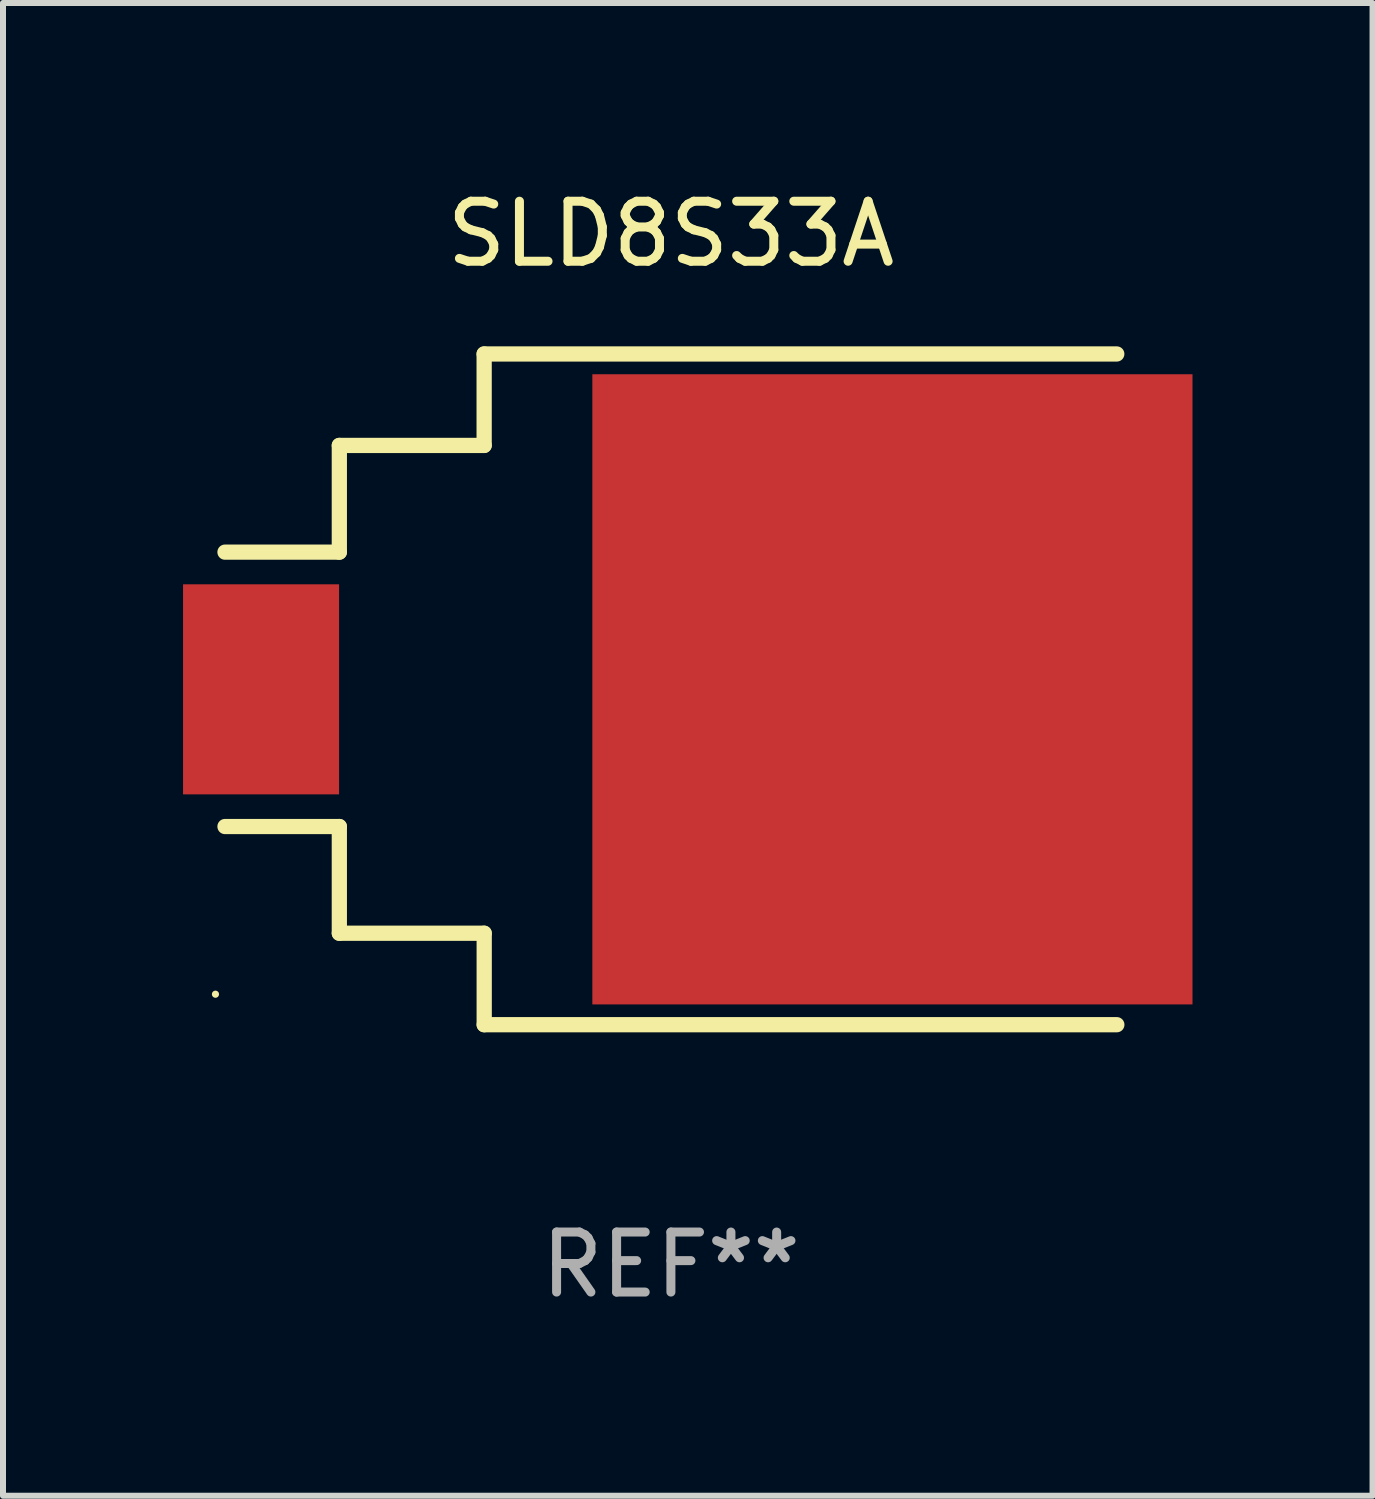
<source format=kicad_pcb>
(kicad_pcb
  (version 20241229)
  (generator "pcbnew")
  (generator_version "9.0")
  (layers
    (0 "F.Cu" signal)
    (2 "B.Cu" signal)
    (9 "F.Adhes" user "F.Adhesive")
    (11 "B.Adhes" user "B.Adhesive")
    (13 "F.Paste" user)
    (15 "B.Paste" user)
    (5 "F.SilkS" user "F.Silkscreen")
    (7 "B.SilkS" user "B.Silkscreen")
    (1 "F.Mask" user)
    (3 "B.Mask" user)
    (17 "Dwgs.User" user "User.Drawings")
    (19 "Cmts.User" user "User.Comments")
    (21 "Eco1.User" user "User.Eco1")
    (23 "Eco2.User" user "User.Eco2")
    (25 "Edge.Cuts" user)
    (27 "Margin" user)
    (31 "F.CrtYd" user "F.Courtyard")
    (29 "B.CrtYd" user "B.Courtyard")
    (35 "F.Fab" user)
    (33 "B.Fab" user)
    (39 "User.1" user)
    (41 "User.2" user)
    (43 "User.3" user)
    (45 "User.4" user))
  (footprint "SLD8S33A"
    (layer "F.Cu")
    (at 8.129 8.436)
    (property "Reference" "SLD8S33A" (at 0 -7.588 0) (layer "F.SilkS") (effects (font (size 1 1) (thickness 0.15))))
    (attr through_hole)
    (fp_line (start -5.525 -4.064) (end -5.525 -2.286) (stroke (width 0.254) (type solid)) (layer "F.SilkS"))
    (fp_line (start -5.525 -2.286) (end -7.43 -2.286) (stroke (width 0.254) (type solid)) (layer "F.SilkS"))
    (fp_line (start -5.525 2.286) (end -7.43 2.286) (stroke (width 0.254) (type solid)) (layer "F.SilkS"))
    (fp_line (start -5.525 4.064) (end -5.525 2.286) (stroke (width 0.254) (type solid)) (layer "F.SilkS"))
    (fp_line (start -3.112 -5.588) (end -3.112 -4.064) (stroke (width 0.254) (type solid)) (layer "F.SilkS"))
    (fp_line (start -3.112 -4.064) (end -5.525 -4.064) (stroke (width 0.254) (type solid)) (layer "F.SilkS"))
    (fp_line (start -3.112 4.064) (end -5.525 4.064) (stroke (width 0.254) (type solid)) (layer "F.SilkS"))
    (fp_line (start -3.111 5.588) (end -3.111 4.064) (stroke (width 0.254) (type solid)) (layer "F.SilkS"))
    (fp_line (start 7.429 -5.588) (end -3.112 -5.588) (stroke (width 0.254) (type solid)) (layer "F.SilkS"))
    (fp_line (start 7.43 5.588) (end -3.111 5.588) (stroke (width 0.254) (type solid)) (layer "F.SilkS"))
    (fp_circle (center -7.589 5.08) (end -7.559 5.08) (stroke (width 0.06) (type solid)) (fill no) (layer "F.SilkS"))
    (fp_text user "REF**" (at 0 9.588 0) (layer "F.Fab") (effects (font (size 1 1) (thickness 0.15))))
    (pad "1" smd rect (at -6.829 -0.000025) (size 2.6 3.5) (layers "F.Cu" "F.Mask" "F.Paste"))
    (pad "2" smd rect (at 3.691 -0.000025) (size 10 10.5) (layers "F.Cu" "F.Mask" "F.Paste")))
  (gr_rect
    (start -3 -3)
    (end 19.82 21.873)
    (stroke (width 0.1) (type default))
    (fill no)
    (layer "Edge.Cuts")))
</source>
